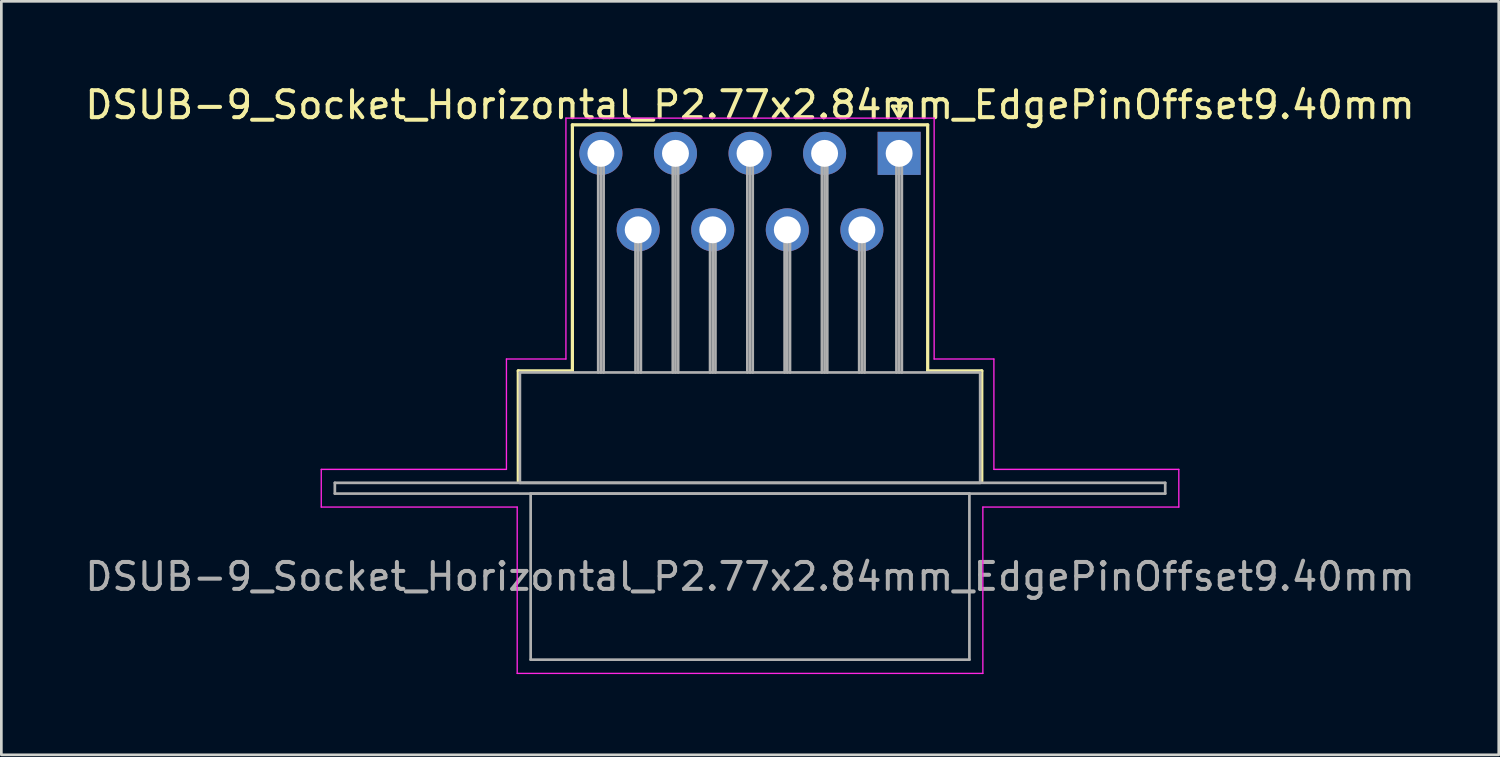
<source format=kicad_pcb>
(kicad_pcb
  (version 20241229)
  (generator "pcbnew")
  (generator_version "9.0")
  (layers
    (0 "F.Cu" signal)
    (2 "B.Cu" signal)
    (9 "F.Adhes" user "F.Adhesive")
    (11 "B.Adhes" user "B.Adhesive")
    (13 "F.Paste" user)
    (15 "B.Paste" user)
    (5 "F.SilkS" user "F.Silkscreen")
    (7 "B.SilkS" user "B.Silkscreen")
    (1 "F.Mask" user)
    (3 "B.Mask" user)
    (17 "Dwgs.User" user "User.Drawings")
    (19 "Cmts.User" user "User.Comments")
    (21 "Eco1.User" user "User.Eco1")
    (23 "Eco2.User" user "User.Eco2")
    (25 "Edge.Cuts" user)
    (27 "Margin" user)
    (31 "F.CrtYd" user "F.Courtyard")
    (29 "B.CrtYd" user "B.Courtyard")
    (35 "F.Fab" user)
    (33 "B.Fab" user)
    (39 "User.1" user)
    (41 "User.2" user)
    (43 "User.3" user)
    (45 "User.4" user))
  (footprint "DSUB-9_Socket_Horizontal_P2.77x2.84mm_EdgePinOffset9.40mm"
    (layer "F.Cu")
    (at 30.355 2.648)
    (property "Reference" "DSUB-9_Socket_Horizontal_P2.77x2.84mm_EdgePinOffset9.40mm" (at -5.54 -1.8 0) (layer "F.SilkS") (effects (font (size 1 1) (thickness 0.15))))
    (attr through_hole)
    (fp_line (start -14.15 8.08) (end -12.14 8.08) (stroke (width 0.12) (type solid)) (layer "F.SilkS"))
    (fp_line (start -14.15 12.18) (end -14.15 8.08) (stroke (width 0.12) (type solid)) (layer "F.SilkS"))
    (fp_line (start -12.14 -1.06) (end 1.06 -1.06) (stroke (width 0.12) (type solid)) (layer "F.SilkS"))
    (fp_line (start -12.14 8.08) (end -12.14 -1.06) (stroke (width 0.12) (type solid)) (layer "F.SilkS"))
    (fp_line (start -0.25 -1.754) (end 0.25 -1.754) (stroke (width 0.12) (type solid)) (layer "F.SilkS"))
    (fp_line (start 0 -1.321) (end -0.25 -1.754) (stroke (width 0.12) (type solid)) (layer "F.SilkS"))
    (fp_line (start 0.25 -1.754) (end 0 -1.321) (stroke (width 0.12) (type solid)) (layer "F.SilkS"))
    (fp_line (start 1.06 -1.06) (end 1.06 8.08) (stroke (width 0.12) (type solid)) (layer "F.SilkS"))
    (fp_line (start 1.06 8.08) (end 3.07 8.08) (stroke (width 0.12) (type solid)) (layer "F.SilkS"))
    (fp_line (start 3.07 8.08) (end 3.07 12.18) (stroke (width 0.12) (type solid)) (layer "F.SilkS"))
    (fp_line (start -21.47 11.74) (end -14.59 11.74) (stroke (width 0.05) (type solid)) (layer "F.CrtYd"))
    (fp_line (start -21.47 13.14) (end -21.47 11.74) (stroke (width 0.05) (type solid)) (layer "F.CrtYd"))
    (fp_line (start -14.59 7.64) (end -12.38 7.64) (stroke (width 0.05) (type solid)) (layer "F.CrtYd"))
    (fp_line (start -14.59 11.74) (end -14.59 7.64) (stroke (width 0.05) (type solid)) (layer "F.CrtYd"))
    (fp_line (start -14.19 13.14) (end -21.47 13.14) (stroke (width 0.05) (type solid)) (layer "F.CrtYd"))
    (fp_line (start -14.19 19.32) (end -14.19 13.14) (stroke (width 0.05) (type solid)) (layer "F.CrtYd"))
    (fp_line (start -12.38 -1.31) (end 1.3 -1.31) (stroke (width 0.05) (type solid)) (layer "F.CrtYd"))
    (fp_line (start -12.38 7.64) (end -12.38 -1.31) (stroke (width 0.05) (type solid)) (layer "F.CrtYd"))
    (fp_line (start 1.3 -1.31) (end 1.3 7.64) (stroke (width 0.05) (type solid)) (layer "F.CrtYd"))
    (fp_line (start 1.3 7.64) (end 3.52 7.64) (stroke (width 0.05) (type solid)) (layer "F.CrtYd"))
    (fp_line (start 3.11 13.14) (end 3.11 19.32) (stroke (width 0.05) (type solid)) (layer "F.CrtYd"))
    (fp_line (start 3.11 19.32) (end -14.19 19.32) (stroke (width 0.05) (type solid)) (layer "F.CrtYd"))
    (fp_line (start 3.52 7.64) (end 3.52 11.74) (stroke (width 0.05) (type solid)) (layer "F.CrtYd"))
    (fp_line (start 3.52 11.74) (end 10.39 11.74) (stroke (width 0.05) (type solid)) (layer "F.CrtYd"))
    (fp_line (start 10.39 11.74) (end 10.39 13.14) (stroke (width 0.05) (type solid)) (layer "F.CrtYd"))
    (fp_line (start 10.39 13.14) (end 3.11 13.14) (stroke (width 0.05) (type solid)) (layer "F.CrtYd"))
    (fp_line (start -20.965 12.24) (end -20.965 12.64) (stroke (width 0.1) (type solid)) (layer "F.Fab"))
    (fp_line (start -20.965 12.64) (end 9.885 12.64) (stroke (width 0.1) (type solid)) (layer "F.Fab"))
    (fp_line (start -14.09 8.14) (end -14.09 12.24) (stroke (width 0.1) (type solid)) (layer "F.Fab"))
    (fp_line (start -14.09 12.24) (end 3.01 12.24) (stroke (width 0.1) (type solid)) (layer "F.Fab"))
    (fp_line (start -13.69 12.64) (end -13.69 18.81) (stroke (width 0.1) (type solid)) (layer "F.Fab"))
    (fp_line (start -13.69 18.81) (end 2.61 18.81) (stroke (width 0.1) (type solid)) (layer "F.Fab"))
    (fp_line (start -11.18 0) (end -11.18 8.14) (stroke (width 0.1) (type solid)) (layer "F.Fab"))
    (fp_line (start -11.08 0) (end -11.08 8.14) (stroke (width 0.1) (type solid)) (layer "F.Fab"))
    (fp_line (start -10.98 0) (end -10.98 8.14) (stroke (width 0.1) (type solid)) (layer "F.Fab"))
    (fp_line (start -9.795 2.84) (end -9.795 8.14) (stroke (width 0.1) (type solid)) (layer "F.Fab"))
    (fp_line (start -9.695 2.84) (end -9.695 8.14) (stroke (width 0.1) (type solid)) (layer "F.Fab"))
    (fp_line (start -9.595 2.84) (end -9.595 8.14) (stroke (width 0.1) (type solid)) (layer "F.Fab"))
    (fp_line (start -8.41 0) (end -8.41 8.14) (stroke (width 0.1) (type solid)) (layer "F.Fab"))
    (fp_line (start -8.31 0) (end -8.31 8.14) (stroke (width 0.1) (type solid)) (layer "F.Fab"))
    (fp_line (start -8.21 0) (end -8.21 8.14) (stroke (width 0.1) (type solid)) (layer "F.Fab"))
    (fp_line (start -7.025 2.84) (end -7.025 8.14) (stroke (width 0.1) (type solid)) (layer "F.Fab"))
    (fp_line (start -6.925 2.84) (end -6.925 8.14) (stroke (width 0.1) (type solid)) (layer "F.Fab"))
    (fp_line (start -6.825 2.84) (end -6.825 8.14) (stroke (width 0.1) (type solid)) (layer "F.Fab"))
    (fp_line (start -5.64 0) (end -5.64 8.14) (stroke (width 0.1) (type solid)) (layer "F.Fab"))
    (fp_line (start -5.54 0) (end -5.54 8.14) (stroke (width 0.1) (type solid)) (layer "F.Fab"))
    (fp_line (start -5.44 0) (end -5.44 8.14) (stroke (width 0.1) (type solid)) (layer "F.Fab"))
    (fp_line (start -4.255 2.84) (end -4.255 8.14) (stroke (width 0.1) (type solid)) (layer "F.Fab"))
    (fp_line (start -4.155 2.84) (end -4.155 8.14) (stroke (width 0.1) (type solid)) (layer "F.Fab"))
    (fp_line (start -4.055 2.84) (end -4.055 8.14) (stroke (width 0.1) (type solid)) (layer "F.Fab"))
    (fp_line (start -2.87 0) (end -2.87 8.14) (stroke (width 0.1) (type solid)) (layer "F.Fab"))
    (fp_line (start -2.77 0) (end -2.77 8.14) (stroke (width 0.1) (type solid)) (layer "F.Fab"))
    (fp_line (start -2.67 0) (end -2.67 8.14) (stroke (width 0.1) (type solid)) (layer "F.Fab"))
    (fp_line (start -1.485 2.84) (end -1.485 8.14) (stroke (width 0.1) (type solid)) (layer "F.Fab"))
    (fp_line (start -1.385 2.84) (end -1.385 8.14) (stroke (width 0.1) (type solid)) (layer "F.Fab"))
    (fp_line (start -1.285 2.84) (end -1.285 8.14) (stroke (width 0.1) (type solid)) (layer "F.Fab"))
    (fp_line (start -0.1 0) (end -0.1 8.14) (stroke (width 0.1) (type solid)) (layer "F.Fab"))
    (fp_line (start 0 0) (end 0 8.14) (stroke (width 0.1) (type solid)) (layer "F.Fab"))
    (fp_line (start 0.1 0) (end 0.1 8.14) (stroke (width 0.1) (type solid)) (layer "F.Fab"))
    (fp_line (start 2.61 12.64) (end -13.69 12.64) (stroke (width 0.1) (type solid)) (layer "F.Fab"))
    (fp_line (start 2.61 18.81) (end 2.61 12.64) (stroke (width 0.1) (type solid)) (layer "F.Fab"))
    (fp_line (start 3.01 8.14) (end -14.09 8.14) (stroke (width 0.1) (type solid)) (layer "F.Fab"))
    (fp_line (start 3.01 12.24) (end 3.01 8.14) (stroke (width 0.1) (type solid)) (layer "F.Fab"))
    (fp_line (start 9.885 12.24) (end -20.965 12.24) (stroke (width 0.1) (type solid)) (layer "F.Fab"))
    (fp_line (start 9.885 12.64) (end 9.885 12.24) (stroke (width 0.1) (type solid)) (layer "F.Fab"))
    (fp_text user "${REFERENCE}" (at -5.54 15.725 0) (layer "F.Fab") (effects (font (size 1 1) (thickness 0.15))))
    (pad "1" thru_hole rect (at 0 0) (size 1.6 1.6) (drill 1) (layers "*.Cu" "*.Mask"))
    (pad "2" thru_hole circle (at -2.77 0) (size 1.6 1.6) (drill 1) (layers "*.Cu" "*.Mask"))
    (pad "3" thru_hole circle (at -5.54 0) (size 1.6 1.6) (drill 1) (layers "*.Cu" "*.Mask"))
    (pad "4" thru_hole circle (at -8.31 0) (size 1.6 1.6) (drill 1) (layers "*.Cu" "*.Mask"))
    (pad "5" thru_hole circle (at -11.08 0) (size 1.6 1.6) (drill 1) (layers "*.Cu" "*.Mask"))
    (pad "6" thru_hole circle (at -1.385 2.84) (size 1.6 1.6) (drill 1) (layers "*.Cu" "*.Mask"))
    (pad "7" thru_hole circle (at -4.155 2.84) (size 1.6 1.6) (drill 1) (layers "*.Cu" "*.Mask"))
    (pad "8" thru_hole circle (at -6.925 2.84) (size 1.6 1.6) (drill 1) (layers "*.Cu" "*.Mask"))
    (pad "9" thru_hole circle (at -9.695 2.84) (size 1.6 1.6) (drill 1) (layers "*.Cu" "*.Mask")))
  (gr_rect
    (start -3 -3)
    (end 52.631 24.993)
    (stroke (width 0.1) (type default))
    (fill no)
    (layer "Edge.Cuts")))
</source>
